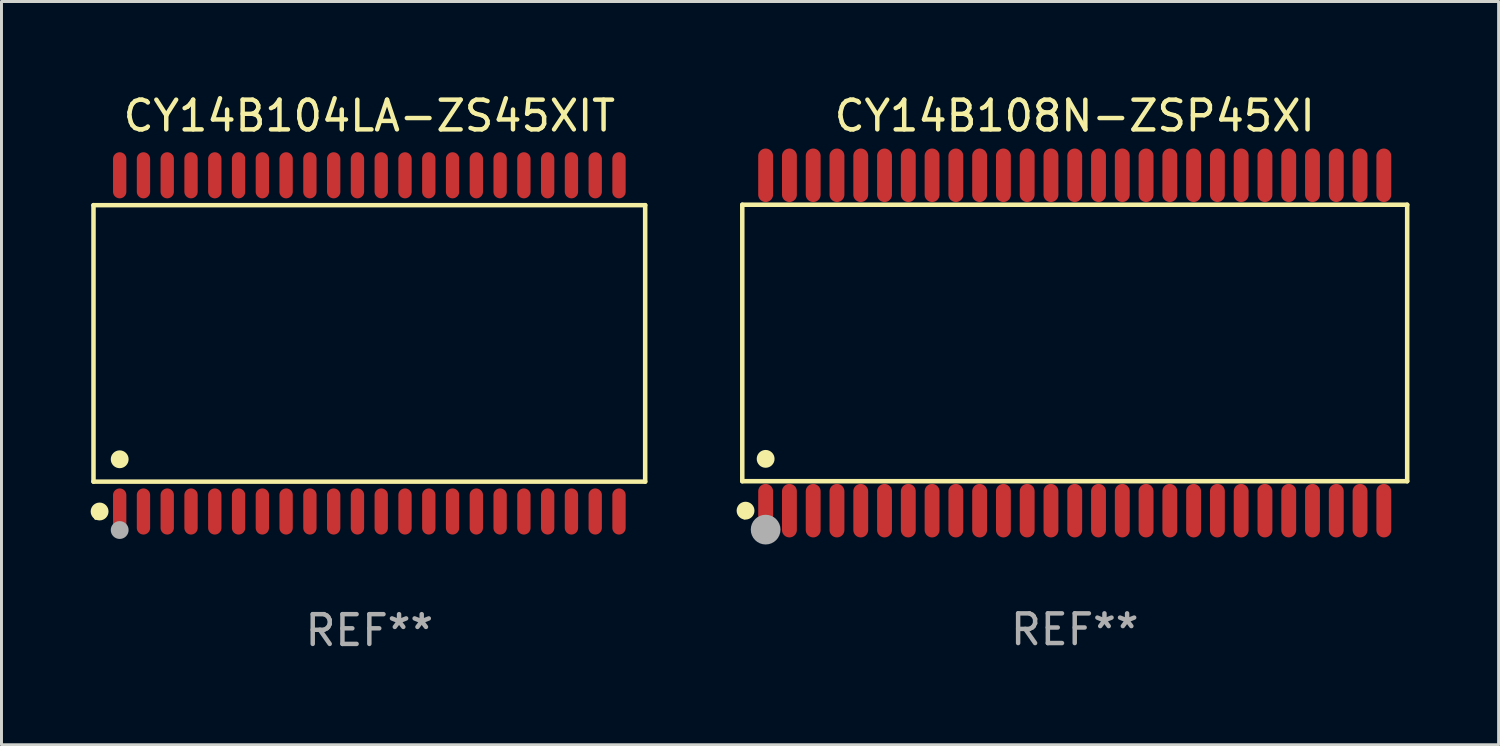
<source format=kicad_pcb>
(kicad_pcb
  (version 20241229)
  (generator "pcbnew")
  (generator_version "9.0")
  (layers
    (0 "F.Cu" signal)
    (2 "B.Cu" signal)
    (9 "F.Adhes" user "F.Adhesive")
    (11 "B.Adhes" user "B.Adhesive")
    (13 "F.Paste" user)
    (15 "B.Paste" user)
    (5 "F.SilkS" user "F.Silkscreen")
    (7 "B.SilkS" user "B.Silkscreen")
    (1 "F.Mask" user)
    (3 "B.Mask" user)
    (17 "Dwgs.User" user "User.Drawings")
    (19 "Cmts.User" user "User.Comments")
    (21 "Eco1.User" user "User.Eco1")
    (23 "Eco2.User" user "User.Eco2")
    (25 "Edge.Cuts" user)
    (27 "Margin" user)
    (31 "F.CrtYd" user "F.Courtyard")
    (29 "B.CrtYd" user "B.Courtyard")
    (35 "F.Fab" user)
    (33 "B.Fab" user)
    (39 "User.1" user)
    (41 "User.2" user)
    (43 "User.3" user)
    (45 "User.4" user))
  (footprint "CY14B108N-ZSP45XI"
    (layer "F.Cu")
    (at 33.111 8.49)
    (property "Reference" "CY14B108N-ZSP45XI" (at 0 -7.642 0) (layer "F.SilkS") (effects (font (size 1 1) (thickness 0.15))))
    (attr through_hole)
    (fp_line (start -11.186 -4.651) (end 11.186 -4.651) (stroke (width 0.152) (type solid)) (layer "F.SilkS"))
    (fp_line (start -11.186 4.651) (end -11.186 -4.651) (stroke (width 0.152) (type solid)) (layer "F.SilkS"))
    (fp_line (start 11.186 -4.651) (end 11.186 4.651) (stroke (width 0.152) (type solid)) (layer "F.SilkS"))
    (fp_line (start 11.186 4.651) (end -11.186 4.651) (stroke (width 0.152) (type solid)) (layer "F.SilkS"))
    (fp_circle (center -11.11 5.88) (end -11.08 5.88) (stroke (width 0.06) (type solid)) (fill no) (layer "F.SilkS"))
    (fp_circle (center -11.076 5.642) (end -10.926 5.642) (stroke (width 0.3) (type solid)) (fill no) (layer "F.SilkS"))
    (fp_circle (center -10.4 3.899) (end -10.25 3.899) (stroke (width 0.3) (type solid)) (fill no) (layer "F.SilkS"))
    (fp_circle (center -10.4 6.28) (end -10.15 6.28) (stroke (width 0.5) (type solid)) (fill no) (layer "F.Fab"))
    (fp_text user "REF**" (at 0 9.642 0) (layer "F.Fab") (effects (font (size 1 1) (thickness 0.15))))
    (pad "1" smd oval (at -10.4 5.642) (size 0.5 1.8) (layers "F.Cu" "F.Mask" "F.Paste"))
    (pad "2" smd oval (at -9.6 5.642) (size 0.5 1.8) (layers "F.Cu" "F.Mask" "F.Paste"))
    (pad "3" smd oval (at -8.8 5.642) (size 0.5 1.8) (layers "F.Cu" "F.Mask" "F.Paste"))
    (pad "4" smd oval (at -8 5.642) (size 0.5 1.8) (layers "F.Cu" "F.Mask" "F.Paste"))
    (pad "5" smd oval (at -7.2 5.642) (size 0.5 1.8) (layers "F.Cu" "F.Mask" "F.Paste"))
    (pad "6" smd oval (at -6.4 5.642) (size 0.5 1.8) (layers "F.Cu" "F.Mask" "F.Paste"))
    (pad "7" smd oval (at -5.6 5.642) (size 0.5 1.8) (layers "F.Cu" "F.Mask" "F.Paste"))
    (pad "8" smd oval (at -4.8 5.642) (size 0.5 1.8) (layers "F.Cu" "F.Mask" "F.Paste"))
    (pad "9" smd oval (at -4 5.642) (size 0.5 1.8) (layers "F.Cu" "F.Mask" "F.Paste"))
    (pad "10" smd oval (at -3.2 5.642) (size 0.5 1.8) (layers "F.Cu" "F.Mask" "F.Paste"))
    (pad "11" smd oval (at -2.4 5.642) (size 0.5 1.8) (layers "F.Cu" "F.Mask" "F.Paste"))
    (pad "12" smd oval (at -1.6 5.642) (size 0.5 1.8) (layers "F.Cu" "F.Mask" "F.Paste"))
    (pad "13" smd oval (at -0.8 5.642) (size 0.5 1.8) (layers "F.Cu" "F.Mask" "F.Paste"))
    (pad "14" smd oval (at 0 5.642) (size 0.5 1.8) (layers "F.Cu" "F.Mask" "F.Paste"))
    (pad "15" smd oval (at 0.8 5.642) (size 0.5 1.8) (layers "F.Cu" "F.Mask" "F.Paste"))
    (pad "16" smd oval (at 1.6 5.642) (size 0.5 1.8) (layers "F.Cu" "F.Mask" "F.Paste"))
    (pad "17" smd oval (at 2.4 5.642) (size 0.5 1.8) (layers "F.Cu" "F.Mask" "F.Paste"))
    (pad "18" smd oval (at 3.2 5.642) (size 0.5 1.8) (layers "F.Cu" "F.Mask" "F.Paste"))
    (pad "19" smd oval (at 4 5.642) (size 0.5 1.8) (layers "F.Cu" "F.Mask" "F.Paste"))
    (pad "20" smd oval (at 4.8 5.642) (size 0.5 1.8) (layers "F.Cu" "F.Mask" "F.Paste"))
    (pad "21" smd oval (at 5.6 5.642) (size 0.5 1.8) (layers "F.Cu" "F.Mask" "F.Paste"))
    (pad "22" smd oval (at 6.4 5.642) (size 0.5 1.8) (layers "F.Cu" "F.Mask" "F.Paste"))
    (pad "23" smd oval (at 7.2 5.642) (size 0.5 1.8) (layers "F.Cu" "F.Mask" "F.Paste"))
    (pad "24" smd oval (at 8 5.642) (size 0.5 1.8) (layers "F.Cu" "F.Mask" "F.Paste"))
    (pad "25" smd oval (at 8.8 5.642) (size 0.5 1.8) (layers "F.Cu" "F.Mask" "F.Paste"))
    (pad "26" smd oval (at 9.6 5.642) (size 0.5 1.8) (layers "F.Cu" "F.Mask" "F.Paste"))
    (pad "27" smd oval (at 10.4 5.642) (size 0.5 1.8) (layers "F.Cu" "F.Mask" "F.Paste"))
    (pad "28" smd oval (at 10.4 -5.642) (size 0.5 1.8) (layers "F.Cu" "F.Mask" "F.Paste"))
    (pad "29" smd oval (at 9.6 -5.642) (size 0.5 1.8) (layers "F.Cu" "F.Mask" "F.Paste"))
    (pad "30" smd oval (at 8.8 -5.642) (size 0.5 1.8) (layers "F.Cu" "F.Mask" "F.Paste"))
    (pad "31" smd oval (at 8 -5.642) (size 0.5 1.8) (layers "F.Cu" "F.Mask" "F.Paste"))
    (pad "32" smd oval (at 7.2 -5.642) (size 0.5 1.8) (layers "F.Cu" "F.Mask" "F.Paste"))
    (pad "33" smd oval (at 6.4 -5.642) (size 0.5 1.8) (layers "F.Cu" "F.Mask" "F.Paste"))
    (pad "34" smd oval (at 5.6 -5.642) (size 0.5 1.8) (layers "F.Cu" "F.Mask" "F.Paste"))
    (pad "35" smd oval (at 4.8 -5.642) (size 0.5 1.8) (layers "F.Cu" "F.Mask" "F.Paste"))
    (pad "36" smd oval (at 4 -5.642) (size 0.5 1.8) (layers "F.Cu" "F.Mask" "F.Paste"))
    (pad "37" smd oval (at 3.2 -5.642) (size 0.5 1.8) (layers "F.Cu" "F.Mask" "F.Paste"))
    (pad "38" smd oval (at 2.4 -5.642) (size 0.5 1.8) (layers "F.Cu" "F.Mask" "F.Paste"))
    (pad "39" smd oval (at 1.6 -5.642) (size 0.5 1.8) (layers "F.Cu" "F.Mask" "F.Paste"))
    (pad "40" smd oval (at 0.8 -5.642) (size 0.5 1.8) (layers "F.Cu" "F.Mask" "F.Paste"))
    (pad "41" smd oval (at 0 -5.642) (size 0.5 1.8) (layers "F.Cu" "F.Mask" "F.Paste"))
    (pad "42" smd oval (at -0.8 -5.642) (size 0.5 1.8) (layers "F.Cu" "F.Mask" "F.Paste"))
    (pad "43" smd oval (at -1.6 -5.642) (size 0.5 1.8) (layers "F.Cu" "F.Mask" "F.Paste"))
    (pad "44" smd oval (at -2.4 -5.642) (size 0.5 1.8) (layers "F.Cu" "F.Mask" "F.Paste"))
    (pad "45" smd oval (at -3.2 -5.642) (size 0.5 1.8) (layers "F.Cu" "F.Mask" "F.Paste"))
    (pad "46" smd oval (at -4 -5.642) (size 0.5 1.8) (layers "F.Cu" "F.Mask" "F.Paste"))
    (pad "47" smd oval (at -4.8 -5.642) (size 0.5 1.8) (layers "F.Cu" "F.Mask" "F.Paste"))
    (pad "48" smd oval (at -5.6 -5.642) (size 0.5 1.8) (layers "F.Cu" "F.Mask" "F.Paste"))
    (pad "49" smd oval (at -6.4 -5.642) (size 0.5 1.8) (layers "F.Cu" "F.Mask" "F.Paste"))
    (pad "50" smd oval (at -7.2 -5.642) (size 0.5 1.8) (layers "F.Cu" "F.Mask" "F.Paste"))
    (pad "51" smd oval (at -8 -5.642) (size 0.5 1.8) (layers "F.Cu" "F.Mask" "F.Paste"))
    (pad "52" smd oval (at -8.8 -5.642) (size 0.5 1.8) (layers "F.Cu" "F.Mask" "F.Paste"))
    (pad "53" smd oval (at -9.6 -5.642) (size 0.5 1.8) (layers "F.Cu" "F.Mask" "F.Paste"))
    (pad "54" smd oval (at -10.4 -5.642) (size 0.5 1.8) (layers "F.Cu" "F.Mask" "F.Paste")))
  (footprint "CY14B104LA-ZS45XIT"
    (layer "F.Cu")
    (at 9.377 8.504)
    (property "Reference" "CY14B104LA-ZS45XIT" (at 0 -7.656 0) (layer "F.SilkS") (effects (font (size 1 1) (thickness 0.15))))
    (attr through_hole)
    (fp_line (start -9.281 -4.651) (end 9.281 -4.651) (stroke (width 0.152) (type solid)) (layer "F.SilkS"))
    (fp_line (start -9.281 4.651) (end -9.281 -4.651) (stroke (width 0.152) (type solid)) (layer "F.SilkS"))
    (fp_line (start 9.281 -4.651) (end 9.281 4.651) (stroke (width 0.152) (type solid)) (layer "F.SilkS"))
    (fp_line (start 9.281 4.651) (end -9.281 4.651) (stroke (width 0.152) (type solid)) (layer "F.SilkS"))
    (fp_circle (center -9.205 5.88) (end -9.175 5.88) (stroke (width 0.06) (type solid)) (fill no) (layer "F.SilkS"))
    (fp_circle (center -9.076 5.656) (end -8.926 5.656) (stroke (width 0.3) (type solid)) (fill no) (layer "F.SilkS"))
    (fp_circle (center -8.4 3.899) (end -8.25 3.899) (stroke (width 0.3) (type solid)) (fill no) (layer "F.SilkS"))
    (fp_circle (center -8.4 6.28) (end -8.25 6.28) (stroke (width 0.3) (type solid)) (fill no) (layer "F.Fab"))
    (fp_text user "REF**" (at 0 9.656 0) (layer "F.Fab") (effects (font (size 1 1) (thickness 0.15))))
    (pad "1" smd oval (at -8.4 5.656) (size 0.448 1.551) (layers "F.Cu" "F.Mask" "F.Paste"))
    (pad "2" smd oval (at -7.6 5.656) (size 0.448 1.551) (layers "F.Cu" "F.Mask" "F.Paste"))
    (pad "3" smd oval (at -6.8 5.656) (size 0.448 1.551) (layers "F.Cu" "F.Mask" "F.Paste"))
    (pad "4" smd oval (at -6 5.656) (size 0.448 1.551) (layers "F.Cu" "F.Mask" "F.Paste"))
    (pad "5" smd oval (at -5.2 5.656) (size 0.448 1.551) (layers "F.Cu" "F.Mask" "F.Paste"))
    (pad "6" smd oval (at -4.4 5.656) (size 0.448 1.551) (layers "F.Cu" "F.Mask" "F.Paste"))
    (pad "7" smd oval (at -3.6 5.656) (size 0.448 1.551) (layers "F.Cu" "F.Mask" "F.Paste"))
    (pad "8" smd oval (at -2.8 5.656) (size 0.448 1.551) (layers "F.Cu" "F.Mask" "F.Paste"))
    (pad "9" smd oval (at -2 5.656) (size 0.448 1.551) (layers "F.Cu" "F.Mask" "F.Paste"))
    (pad "10" smd oval (at -1.2 5.656) (size 0.448 1.551) (layers "F.Cu" "F.Mask" "F.Paste"))
    (pad "11" smd oval (at -0.4 5.656) (size 0.448 1.551) (layers "F.Cu" "F.Mask" "F.Paste"))
    (pad "12" smd oval (at 0.4 5.656) (size 0.448 1.551) (layers "F.Cu" "F.Mask" "F.Paste"))
    (pad "13" smd oval (at 1.2 5.656) (size 0.448 1.551) (layers "F.Cu" "F.Mask" "F.Paste"))
    (pad "14" smd oval (at 2 5.656) (size 0.448 1.551) (layers "F.Cu" "F.Mask" "F.Paste"))
    (pad "15" smd oval (at 2.8 5.656) (size 0.448 1.551) (layers "F.Cu" "F.Mask" "F.Paste"))
    (pad "16" smd oval (at 3.6 5.656) (size 0.448 1.551) (layers "F.Cu" "F.Mask" "F.Paste"))
    (pad "17" smd oval (at 4.4 5.656) (size 0.448 1.551) (layers "F.Cu" "F.Mask" "F.Paste"))
    (pad "18" smd oval (at 5.2 5.656) (size 0.448 1.551) (layers "F.Cu" "F.Mask" "F.Paste"))
    (pad "19" smd oval (at 6 5.656) (size 0.448 1.551) (layers "F.Cu" "F.Mask" "F.Paste"))
    (pad "20" smd oval (at 6.8 5.656) (size 0.448 1.551) (layers "F.Cu" "F.Mask" "F.Paste"))
    (pad "21" smd oval (at 7.6 5.656) (size 0.448 1.551) (layers "F.Cu" "F.Mask" "F.Paste"))
    (pad "22" smd oval (at 8.4 5.656) (size 0.448 1.551) (layers "F.Cu" "F.Mask" "F.Paste"))
    (pad "23" smd oval (at 8.4 -5.656) (size 0.448 1.551) (layers "F.Cu" "F.Mask" "F.Paste"))
    (pad "24" smd oval (at 7.6 -5.656) (size 0.448 1.551) (layers "F.Cu" "F.Mask" "F.Paste"))
    (pad "25" smd oval (at 6.8 -5.656) (size 0.448 1.551) (layers "F.Cu" "F.Mask" "F.Paste"))
    (pad "26" smd oval (at 6 -5.656) (size 0.448 1.551) (layers "F.Cu" "F.Mask" "F.Paste"))
    (pad "27" smd oval (at 5.2 -5.656) (size 0.448 1.551) (layers "F.Cu" "F.Mask" "F.Paste"))
    (pad "28" smd oval (at 4.4 -5.656) (size 0.448 1.551) (layers "F.Cu" "F.Mask" "F.Paste"))
    (pad "29" smd oval (at 3.6 -5.656) (size 0.448 1.551) (layers "F.Cu" "F.Mask" "F.Paste"))
    (pad "30" smd oval (at 2.8 -5.656) (size 0.448 1.551) (layers "F.Cu" "F.Mask" "F.Paste"))
    (pad "31" smd oval (at 2 -5.656) (size 0.448 1.551) (layers "F.Cu" "F.Mask" "F.Paste"))
    (pad "32" smd oval (at 1.2 -5.656) (size 0.448 1.551) (layers "F.Cu" "F.Mask" "F.Paste"))
    (pad "33" smd oval (at 0.4 -5.656) (size 0.448 1.551) (layers "F.Cu" "F.Mask" "F.Paste"))
    (pad "34" smd oval (at -0.4 -5.656) (size 0.448 1.551) (layers "F.Cu" "F.Mask" "F.Paste"))
    (pad "35" smd oval (at -1.2 -5.656) (size 0.448 1.551) (layers "F.Cu" "F.Mask" "F.Paste"))
    (pad "36" smd oval (at -2 -5.656) (size 0.448 1.551) (layers "F.Cu" "F.Mask" "F.Paste"))
    (pad "37" smd oval (at -2.8 -5.656) (size 0.448 1.551) (layers "F.Cu" "F.Mask" "F.Paste"))
    (pad "38" smd oval (at -3.6 -5.656) (size 0.448 1.551) (layers "F.Cu" "F.Mask" "F.Paste"))
    (pad "39" smd oval (at -4.4 -5.656) (size 0.448 1.551) (layers "F.Cu" "F.Mask" "F.Paste"))
    (pad "40" smd oval (at -5.2 -5.656) (size 0.448 1.551) (layers "F.Cu" "F.Mask" "F.Paste"))
    (pad "41" smd oval (at -6 -5.656) (size 0.448 1.551) (layers "F.Cu" "F.Mask" "F.Paste"))
    (pad "42" smd oval (at -6.8 -5.656) (size 0.448 1.551) (layers "F.Cu" "F.Mask" "F.Paste"))
    (pad "43" smd oval (at -7.6 -5.656) (size 0.448 1.551) (layers "F.Cu" "F.Mask" "F.Paste"))
    (pad "44" smd oval (at -8.4 -5.656) (size 0.448 1.551) (layers "F.Cu" "F.Mask" "F.Paste")))
  (gr_rect
    (start -3 -3)
    (end 47.373 22.008)
    (stroke (width 0.1) (type default))
    (fill no)
    (layer "Edge.Cuts")))
</source>
